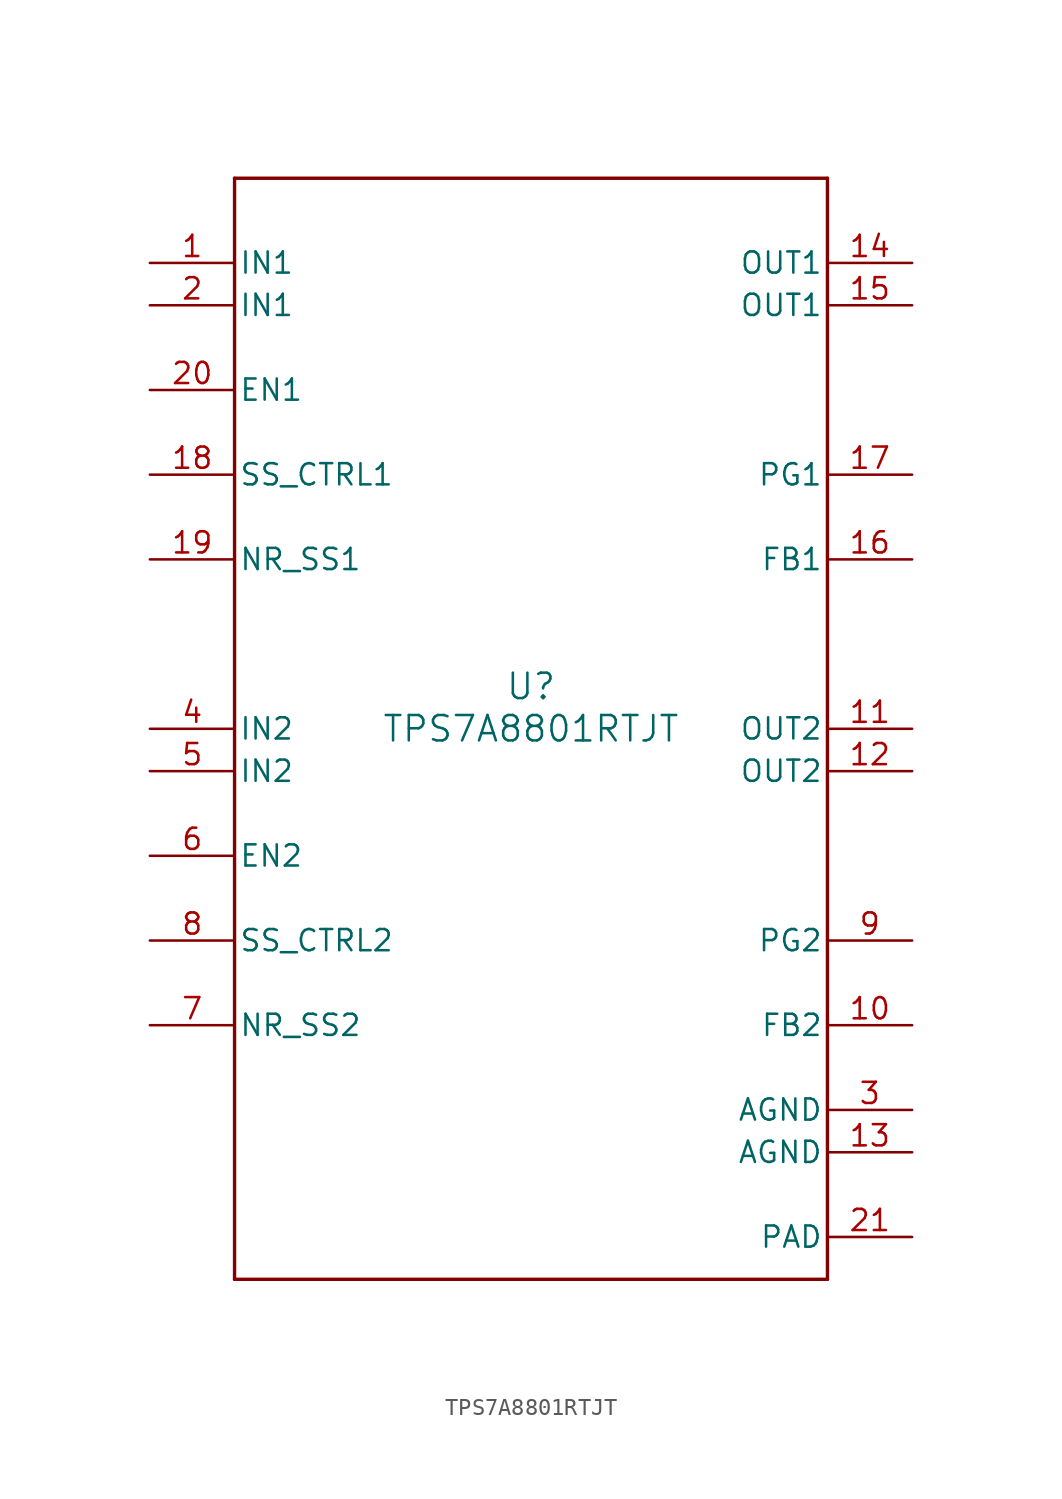
<source format=kicad_sym>
(kicad_symbol_lib
  (version 20211014)
  (generator kicad_symbol_editor)
  (symbol "TPS7A8801RTJT"
    (pin_names
      (offset 0.254))
    (property "Reference" "U"
      (at 0 2.54 0)
      (effects (font (size 1.524 1.524))))
    (property "Value" "TPS7A8801RTJT"
      (at 0 0 0)
      (effects (font (size 1.524 1.524))))
    (symbol "TPS7A8801RTJT_0_1"
      (polyline (pts (xy -17.78 -33.02) (xy 17.78 -33.02)) (stroke (width 0.203) (type default) (color 0 0 0 0)) (fill (type none)))
      (polyline (pts (xy 17.78 -33.02) (xy 17.78 33.02)) (stroke (width 0.203) (type default) (color 0 0 0 0)) (fill (type none)))
      (polyline (pts (xy 17.78 33.02) (xy -17.78 33.02)) (stroke (width 0.203) (type default) (color 0 0 0 0)) (fill (type none)))
      (polyline (pts (xy -17.78 33.02) (xy -17.78 -33.02)) (stroke (width 0.203) (type default) (color 0 0 0 0)) (fill (type none)))
      (pin power_in line (at -22.86 27.94 0) (length 5.08) (name "IN1" (effects (font (size 1.27 1.27)))) (number "1" (effects (font (size 1.27 1.27)))))
      (pin power_in line (at -22.86 25.4 0) (length 5.08) (name "IN1" (effects (font (size 1.27 1.27)))) (number "2" (effects (font (size 1.27 1.27)))))
      (pin power_in line (at 22.86 -22.86 180) (length 5.08) (name "AGND" (effects (font (size 1.27 1.27)))) (number "3" (effects (font (size 1.27 1.27)))))
      (pin power_in line (at -22.86 0 0) (length 5.08) (name "IN2" (effects (font (size 1.27 1.27)))) (number "4" (effects (font (size 1.27 1.27)))))
      (pin power_in line (at -22.86 -2.54 0) (length 5.08) (name "IN2" (effects (font (size 1.27 1.27)))) (number "5" (effects (font (size 1.27 1.27)))))
      (pin input line (at -22.86 -7.62 0) (length 5.08) (name "EN2" (effects (font (size 1.27 1.27)))) (number "6" (effects (font (size 1.27 1.27)))))
      (pin input line (at -22.86 -17.78 0) (length 5.08) (name "NR_SS2" (effects (font (size 1.27 1.27)))) (number "7" (effects (font (size 1.27 1.27)))))
      (pin input line (at -22.86 -12.7 0) (length 5.08) (name "SS_CTRL2" (effects (font (size 1.27 1.27)))) (number "8" (effects (font (size 1.27 1.27)))))
      (pin output line (at 22.86 -12.7 180) (length 5.08) (name "PG2" (effects (font (size 1.27 1.27)))) (number "9" (effects (font (size 1.27 1.27)))))
      (pin input line (at 22.86 -17.78 180) (length 5.08) (name "FB2" (effects (font (size 1.27 1.27)))) (number "10" (effects (font (size 1.27 1.27)))))
      (pin power_in line (at 22.86 0 180) (length 5.08) (name "OUT2" (effects (font (size 1.27 1.27)))) (number "11" (effects (font (size 1.27 1.27)))))
      (pin power_in line (at 22.86 -2.54 180) (length 5.08) (name "OUT2" (effects (font (size 1.27 1.27)))) (number "12" (effects (font (size 1.27 1.27)))))
      (pin power_in line (at 22.86 -25.4 180) (length 5.08) (name "AGND" (effects (font (size 1.27 1.27)))) (number "13" (effects (font (size 1.27 1.27)))))
      (pin power_in line (at 22.86 27.94 180) (length 5.08) (name "OUT1" (effects (font (size 1.27 1.27)))) (number "14" (effects (font (size 1.27 1.27)))))
      (pin power_in line (at 22.86 25.4 180) (length 5.08) (name "OUT1" (effects (font (size 1.27 1.27)))) (number "15" (effects (font (size 1.27 1.27)))))
      (pin input line (at 22.86 10.16 180) (length 5.08) (name "FB1" (effects (font (size 1.27 1.27)))) (number "16" (effects (font (size 1.27 1.27)))))
      (pin output line (at 22.86 15.24 180) (length 5.08) (name "PG1" (effects (font (size 1.27 1.27)))) (number "17" (effects (font (size 1.27 1.27)))))
      (pin input line (at -22.86 15.24 0) (length 5.08) (name "SS_CTRL1" (effects (font (size 1.27 1.27)))) (number "18" (effects (font (size 1.27 1.27)))))
      (pin input line (at -22.86 10.16 0) (length 5.08) (name "NR_SS1" (effects (font (size 1.27 1.27)))) (number "19" (effects (font (size 1.27 1.27)))))
      (pin input line (at -22.86 20.32 0) (length 5.08) (name "EN1" (effects (font (size 1.27 1.27)))) (number "20" (effects (font (size 1.27 1.27)))))
      (pin power_in line (at 22.86 -30.48 180) (length 5.08) (name "PAD" (effects (font (size 1.27 1.27)))) (number "21" (effects (font (size 1.27 1.27))))))))
</source>
